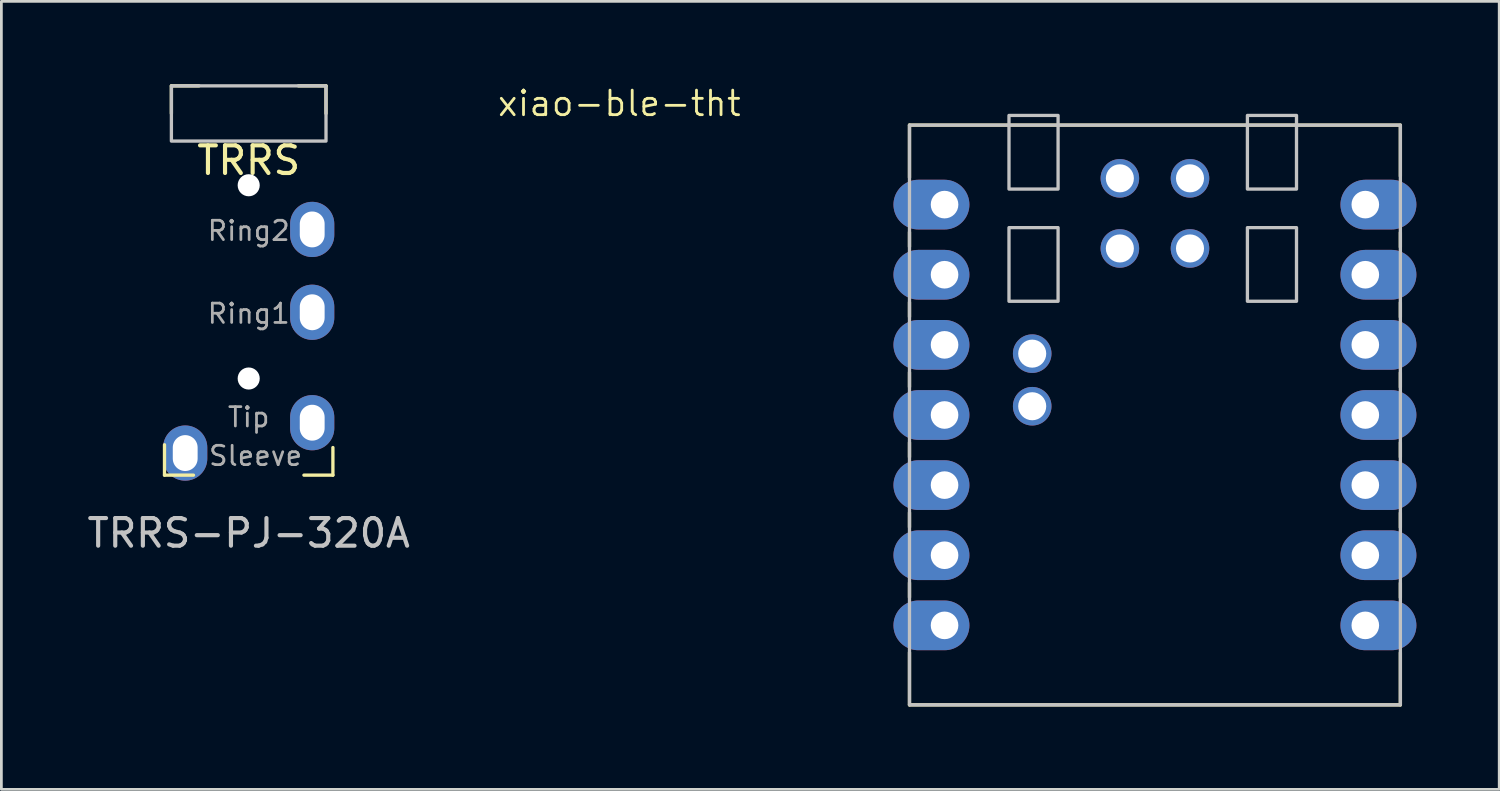
<source format=kicad_pcb>
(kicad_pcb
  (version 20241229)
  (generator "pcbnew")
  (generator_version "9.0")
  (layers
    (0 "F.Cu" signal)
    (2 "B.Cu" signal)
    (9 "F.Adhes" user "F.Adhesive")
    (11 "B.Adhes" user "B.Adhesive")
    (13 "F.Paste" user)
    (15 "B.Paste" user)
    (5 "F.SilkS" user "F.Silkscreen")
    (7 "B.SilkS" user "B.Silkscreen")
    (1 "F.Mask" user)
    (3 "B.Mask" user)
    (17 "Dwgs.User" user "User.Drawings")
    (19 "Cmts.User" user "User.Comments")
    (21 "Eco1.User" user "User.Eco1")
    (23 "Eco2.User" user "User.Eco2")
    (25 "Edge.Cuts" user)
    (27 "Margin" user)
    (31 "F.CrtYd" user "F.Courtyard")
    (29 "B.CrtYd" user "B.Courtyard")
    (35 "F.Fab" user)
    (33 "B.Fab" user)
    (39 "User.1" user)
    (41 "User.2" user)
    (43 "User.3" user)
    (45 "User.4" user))
  (footprint "TRRS-PJ-320A"
    (layer "F.Cu")
    (at 5.958 2.06)
    (property "Reference" "TRRS-PJ-320A" (at 0 14.2 0) (layer "Dwgs.User") (effects (font (size 1 1) (thickness 0.15))))
    (attr through_hole)
    (fp_line (start -3.05 12.1) (end -3.05 11) (stroke (width 0.12) (type solid)) (layer "F.SilkS"))
    (fp_line (start -3.05 12.1) (end -2 12.1) (stroke (width 0.12) (type solid)) (layer "F.SilkS"))
    (fp_line (start -2.8 -2) (end -2.8 -1) (stroke (width 0.12) (type solid)) (layer "F.SilkS"))
    (fp_line (start -2.8 -2) (end -1.8 -2) (stroke (width 0.12) (type solid)) (layer "F.SilkS"))
    (fp_line (start 2.8 -2) (end 1.8 -2) (stroke (width 0.12) (type solid)) (layer "F.SilkS"))
    (fp_line (start 2.8 -2) (end 2.8 -1) (stroke (width 0.12) (type solid)) (layer "F.SilkS"))
    (fp_line (start 3.05 12.1) (end 2 12.1) (stroke (width 0.12) (type solid)) (layer "F.SilkS"))
    (fp_line (start 3.05 12.1) (end 3.05 11.1) (stroke (width 0.12) (type solid)) (layer "F.SilkS"))
    (fp_rect (start -2.8 -2) (end 2.8 0) (stroke (width 0.12) (type solid)) (fill no) (layer "Dwgs.User"))
    (fp_text user "TRRS" (at 0 0.7 0) (unlocked yes) (layer "F.SilkS") (effects (font (size 1 1) (thickness 0.15))))
    (fp_text user "Ring1" (at 0 6.25 0) (layer "F.Fab") (effects (font (size 0.7 0.7) (thickness 0.1))))
    (fp_text user "Tip" (at 0 10 0) (layer "F.Fab") (effects (font (size 0.7 0.7) (thickness 0.1))))
    (fp_text user "Ring2" (at 0 3.25 0) (layer "F.Fab") (effects (font (size 0.7 0.7) (thickness 0.1))))
    (fp_text user "Sleeve" (at 0.25 11.4 0) (layer "F.Fab") (effects (font (size 0.7 0.7) (thickness 0.1))))
    (pad "" np_thru_hole circle (at 0 1.6) (size 0.8 0.8) (drill 0.8) (layers "*.Cu" "*.Mask"))
    (pad "" np_thru_hole circle (at 0 8.6) (size 0.8 0.8) (drill 0.8) (layers "*.Cu" "*.Mask"))
    (pad "1" thru_hole oval (at -2.3 11.3) (size 1.6 2) (drill oval 0.9 1.3) (layers "*.Cu" "*.Mask"))
    (pad "2" thru_hole oval (at 2.3 10.2) (size 1.6 2) (drill oval 0.9 1.3) (layers "*.Cu" "*.Mask"))
    (pad "3" thru_hole oval (at 2.3 6.2) (size 1.6 2) (drill oval 0.9 1.3) (layers "*.Cu" "*.Mask"))
    (pad "4" thru_hole oval (at 2.3 3.2) (size 1.6 2) (drill oval 0.9 1.3) (layers "*.Cu" "*.Mask")))
  (footprint "xiao-ble-tht"
    (layer "F.Cu")
    (at 38.782 11.981)
    (property "Reference" "xiao-ble-tht" (at -19.399 -11.283 0) (layer "F.SilkS") (effects (font (size 0.889 0.889) (thickness 0.102))))
    (attr smd exclude_from_pos_files)
    (fp_line (start -8.89 -10.5) (end 8.89 -10.5) (stroke (width 0.12) (type solid)) (layer "F.SilkS"))
    (fp_line (start -8.89 -8.6) (end -8.89 -10.5) (stroke (width 0.12) (type solid)) (layer "F.SilkS"))
    (fp_line (start -8.89 -6.625) (end -8.89 -6.095) (stroke (width 0.12) (type solid)) (layer "F.SilkS"))
    (fp_line (start -8.89 -4.085) (end -8.89 -3.555) (stroke (width 0.12) (type solid)) (layer "F.SilkS"))
    (fp_line (start -8.89 -1.545) (end -8.89 -1.015) (stroke (width 0.12) (type solid)) (layer "F.SilkS"))
    (fp_line (start -8.89 0.995) (end -8.89 1.525) (stroke (width 0.12) (type solid)) (layer "F.SilkS"))
    (fp_line (start -8.89 3.535) (end -8.89 4.065) (stroke (width 0.12) (type solid)) (layer "F.SilkS"))
    (fp_line (start -8.89 6.075) (end -8.89 6.605) (stroke (width 0.12) (type solid)) (layer "F.SilkS"))
    (fp_line (start -8.89 10.5) (end -8.89 8.6) (stroke (width 0.12) (type solid)) (layer "F.SilkS"))
    (fp_line (start 8.89 -10.49) (end 8.89 -8.65) (stroke (width 0.12) (type solid)) (layer "F.SilkS"))
    (fp_line (start 8.89 -6.61) (end 8.89 -6.08) (stroke (width 0.12) (type solid)) (layer "F.SilkS"))
    (fp_line (start 8.89 -4.075) (end 8.89 -3.545) (stroke (width 0.12) (type solid)) (layer "F.SilkS"))
    (fp_line (start 8.89 -1.535) (end 8.89 -1.005) (stroke (width 0.12) (type solid)) (layer "F.SilkS"))
    (fp_line (start 8.89 0.995) (end 8.89 1.525) (stroke (width 0.12) (type solid)) (layer "F.SilkS"))
    (fp_line (start 8.89 3.545) (end 8.89 4.075) (stroke (width 0.12) (type solid)) (layer "F.SilkS"))
    (fp_line (start 8.89 6.085) (end 8.89 6.615) (stroke (width 0.12) (type solid)) (layer "F.SilkS"))
    (fp_line (start 8.89 8.61) (end 8.89 10.5) (stroke (width 0.12) (type solid)) (layer "F.SilkS"))
    (fp_line (start 8.89 10.5) (end -8.89 10.5) (stroke (width 0.12) (type solid)) (layer "F.SilkS"))
    (fp_rect (start -8.89 10.5) (end 8.89 -10.5) (stroke (width 0.12) (type solid)) (fill no) (layer "Dwgs.User"))
    (fp_rect (start -5.286 -6.786) (end -3.508 -4.119) (stroke (width 0.12) (type solid)) (fill no) (layer "Dwgs.User"))
    (fp_rect (start -3.508 -8.183) (end -5.286 -10.85) (stroke (width 0.12) (type solid)) (fill no) (layer "Dwgs.User"))
    (fp_rect (start 3.35 -10.85) (end 5.128 -8.183) (stroke (width 0.12) (type solid)) (fill no) (layer "Dwgs.User"))
    (fp_rect (start 3.35 -6.786) (end 5.128 -4.119) (stroke (width 0.12) (type solid)) (fill no) (layer "Dwgs.User"))
    (pad "1" thru_hole oval (at -7.62 -7.62) (size 2.75 1.8) (drill 1 (offset -0.475 0)) (layers "*.Cu" "*.Mask"))
    (pad "2" thru_hole oval (at -7.62 -5.08) (size 2.75 1.8) (drill 1 (offset -0.475 0)) (layers "*.Cu" "*.Mask"))
    (pad "3" thru_hole oval (at -7.62 -2.54) (size 2.75 1.8) (drill 1 (offset -0.475 0)) (layers "*.Cu" "*.Mask"))
    (pad "4" thru_hole oval (at -7.62 0) (size 2.75 1.8) (drill 1 (offset -0.475 0)) (layers "*.Cu" "*.Mask"))
    (pad "5" thru_hole oval (at -7.62 2.54) (size 2.75 1.8) (drill 1 (offset -0.475 0)) (layers "*.Cu" "*.Mask"))
    (pad "6" thru_hole oval (at -7.62 5.08) (size 2.75 1.8) (drill 1 (offset -0.475 0)) (layers "*.Cu" "*.Mask"))
    (pad "7" thru_hole oval (at -7.62 7.62) (size 2.75 1.8) (drill 1 (offset -0.475 0)) (layers "*.Cu" "*.Mask"))
    (pad "8" thru_hole oval (at 7.62 7.62 180) (size 2.75 1.8) (drill 1 (offset -0.475 0)) (layers "*.Cu" "*.Mask"))
    (pad "9" thru_hole oval (at 7.62 5.08 180) (size 2.75 1.8) (drill 1 (offset -0.475 0)) (layers "*.Cu" "*.Mask"))
    (pad "10" thru_hole oval (at 7.62 2.54 180) (size 2.75 1.8) (drill 1 (offset -0.475 0)) (layers "*.Cu" "*.Mask"))
    (pad "11" thru_hole oval (at 7.62 0 180) (size 2.75 1.8) (drill 1 (offset -0.475 0)) (layers "*.Cu" "*.Mask"))
    (pad "12" thru_hole oval (at 7.62 -2.54 180) (size 2.75 1.8) (drill 1 (offset -0.475 0)) (layers "*.Cu" "*.Mask"))
    (pad "13" thru_hole oval (at 7.62 -5.08 180) (size 2.75 1.8) (drill 1 (offset -0.475 0)) (layers "*.Cu" "*.Mask"))
    (pad "14" thru_hole oval (at 7.62 -7.62 180) (size 2.75 1.8) (drill 1 (offset -0.475 0)) (layers "*.Cu" "*.Mask"))
    (pad "15" thru_hole circle (at -1.27 -8.572 90) (size 1.397 1.397) (drill 1.016) (layers "*.Cu" "*.Mask"))
    (pad "16" thru_hole circle (at 1.27 -8.572 90) (size 1.397 1.397) (drill 1.016) (layers "*.Cu" "*.Mask"))
    (pad "17" thru_hole circle (at -1.27 -6.032 90) (size 1.397 1.397) (drill 1.016) (layers "*.Cu" "*.Mask"))
    (pad "18" thru_hole circle (at 1.27 -6.032 90) (size 1.397 1.397) (drill 1.016) (layers "*.Cu" "*.Mask"))
    (pad "19" thru_hole circle (at -4.445 -0.317 180) (size 1.397 1.397) (drill 1.016) (layers "*.Cu" "*.Mask"))
    (pad "20" thru_hole circle (at -4.445 -2.222 180) (size 1.397 1.397) (drill 1.016) (layers "*.Cu" "*.Mask")))
  (gr_rect
    (start -3 -3)
    (end 51.252 25.541)
    (stroke (width 0.1) (type default))
    (fill no)
    (layer "Edge.Cuts")))
</source>
